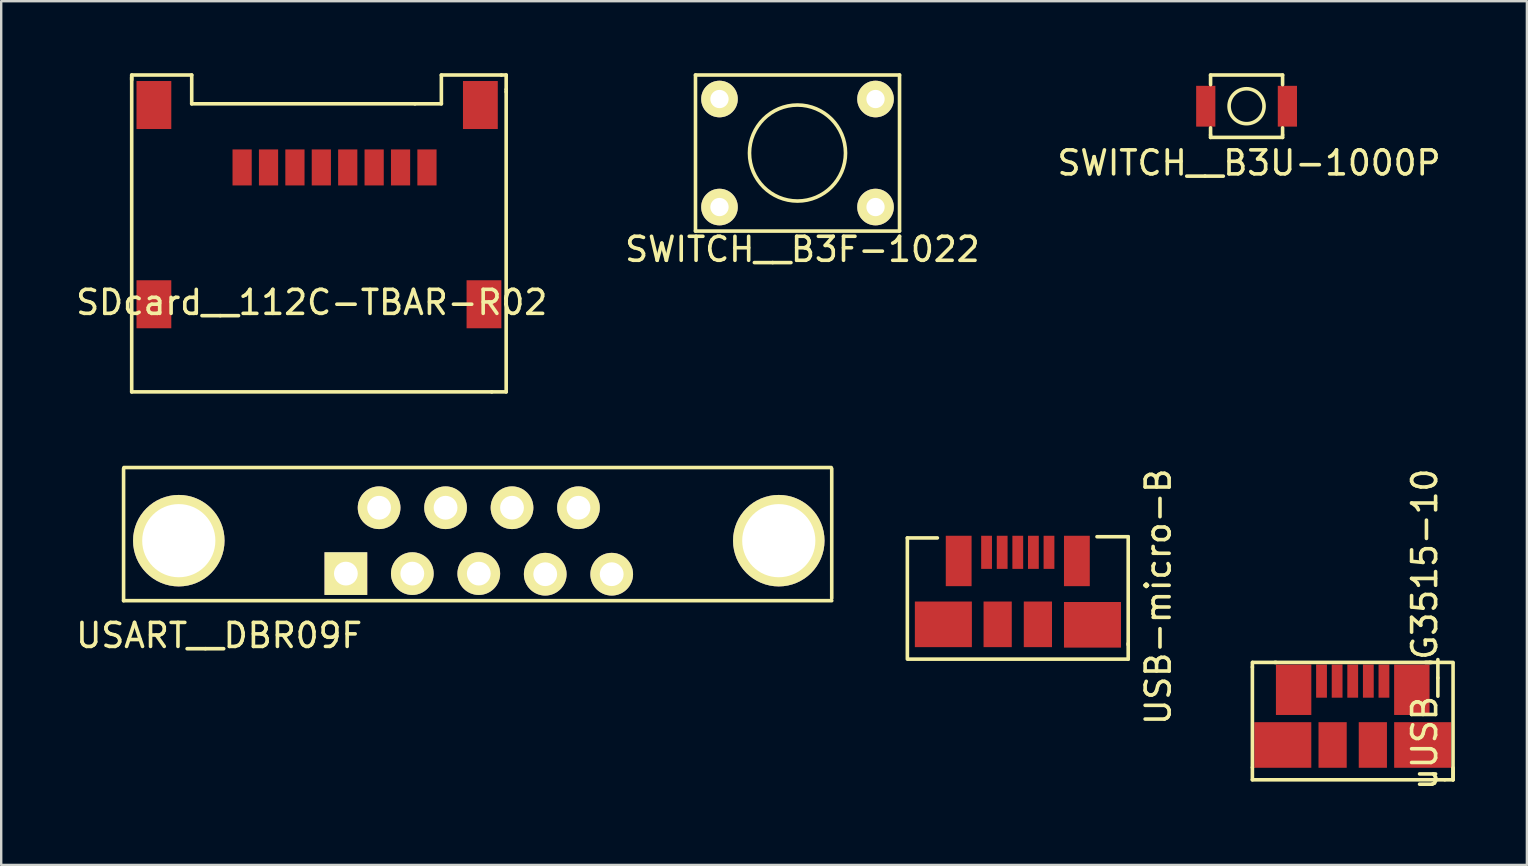
<source format=kicad_pcb>
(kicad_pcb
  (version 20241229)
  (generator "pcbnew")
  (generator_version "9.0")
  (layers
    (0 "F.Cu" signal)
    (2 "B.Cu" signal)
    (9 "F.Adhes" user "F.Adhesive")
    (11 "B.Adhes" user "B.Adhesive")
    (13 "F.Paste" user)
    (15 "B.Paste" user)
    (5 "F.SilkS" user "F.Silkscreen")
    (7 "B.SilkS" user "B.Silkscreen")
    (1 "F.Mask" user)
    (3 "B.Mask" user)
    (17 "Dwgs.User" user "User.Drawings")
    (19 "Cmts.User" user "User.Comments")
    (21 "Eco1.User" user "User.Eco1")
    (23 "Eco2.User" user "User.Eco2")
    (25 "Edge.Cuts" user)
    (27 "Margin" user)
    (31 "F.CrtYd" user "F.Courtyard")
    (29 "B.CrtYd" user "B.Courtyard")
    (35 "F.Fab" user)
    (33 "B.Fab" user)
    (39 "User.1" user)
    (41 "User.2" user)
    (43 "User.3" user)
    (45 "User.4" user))
  (footprint "USB-micro-B"
    (layer "F.Cu")
    (at 39.348 19.958)
    (property "Reference" "USB-micro-B" (at 5.85 1.85 90) (layer "F.SilkS") (effects (font (size 1 1) (thickness 0.15))))
    (attr through_hole)
    (fp_line (start -4.6 -0.6) (end -3.35 -0.6) (stroke (width 0.15) (type solid)) (layer "F.SilkS"))
    (fp_line (start -4.6 4.45) (end -4.6 -0.6) (stroke (width 0.15) (type solid)) (layer "F.SilkS"))
    (fp_line (start 4.6 -0.65) (end 3.3 -0.65) (stroke (width 0.15) (type solid)) (layer "F.SilkS"))
    (fp_line (start 4.6 3.8) (end 4.6 4.45) (stroke (width 0.15) (type solid)) (layer "F.SilkS"))
    (fp_line (start 4.6 3.85) (end 4.6 -0.65) (stroke (width 0.15) (type solid)) (layer "F.SilkS"))
    (fp_line (start 4.6 4.45) (end -4.55 4.45) (stroke (width 0.15) (type solid)) (layer "F.SilkS"))
    (pad "1" smd rect (at -1.3 0) (size 0.45 1.38) (layers "F.Cu" "F.Mask" "F.Paste"))
    (pad "2" smd rect (at -0.65 0) (size 0.45 1.38) (layers "F.Cu" "F.Mask" "F.Paste"))
    (pad "3" smd rect (at 0 0) (size 0.45 1.38) (layers "F.Cu" "F.Mask" "F.Paste"))
    (pad "4" smd rect (at 0.65 0) (size 0.45 1.38) (layers "F.Cu" "F.Mask" "F.Paste"))
    (pad "5" smd rect (at 1.3 0) (size 0.45 1.38) (layers "F.Cu" "F.Mask" "F.Paste"))
    (pad "6" smd rect (at -3.1 3) (size 2.375 1.9) (layers "F.Cu" "F.Mask" "F.Paste"))
    (pad "6" smd rect (at -2.462 0.36) (size 1.075 2.1) (layers "F.Cu" "F.Mask" "F.Paste"))
    (pad "6" smd rect (at -0.838 3) (size 1.175 1.9) (layers "F.Cu" "F.Mask" "F.Paste"))
    (pad "6" smd rect (at 0.838 3) (size 1.175 1.9) (layers "F.Cu" "F.Mask" "F.Paste"))
    (pad "6" smd rect (at 2.462 0.36) (size 1.075 2.1) (layers "F.Cu" "F.Mask" "F.Paste"))
    (pad "6" smd rect (at 3.112 3.02) (size 2.375 1.9) (layers "F.Cu" "F.Mask" "F.Paste")))
  (footprint "USART__DBR09F"
    (layer "F.Cu")
    (at 16.898 18.673)
    (property "Reference" "USART__DBR09F" (at -10.82 4.75 0) (layer "F.SilkS") (effects (font (size 1 1) (thickness 0.15))))
    (attr through_hole)
    (fp_line (start -14.8 -2.2) (end -14.8 3.3) (stroke (width 0.15) (type solid)) (layer "F.SilkS"))
    (fp_line (start -14.786 -2.248) (end 14.678 -2.248) (stroke (width 0.15) (type solid)) (layer "F.SilkS"))
    (fp_line (start 14.7 3.2) (end 14.7 -2.2) (stroke (width 0.15) (type solid)) (layer "F.SilkS"))
    (fp_line (start 14.7 3.3) (end -14.8 3.3) (stroke (width 0.15) (type solid)) (layer "F.SilkS"))
    (pad "1" thru_hole trapezoid (at -5.54 2.172) (size 1.778 1.778) (drill 0.991) (layers "*.Cu" "*.Mask" "F.SilkS"))
    (pad "2" thru_hole circle (at -2.772 2.172) (size 1.778 1.778) (drill 0.991) (layers "*.Cu" "*.Mask" "F.SilkS"))
    (pad "3" thru_hole circle (at -0.003 2.172) (size 1.778 1.778) (drill 0.991) (layers "*.Cu" "*.Mask" "F.SilkS"))
    (pad "4" thru_hole circle (at 2.765 2.197) (size 1.778 1.778) (drill 0.991) (layers "*.Cu" "*.Mask" "F.SilkS"))
    (pad "5" thru_hole circle (at 5.534 2.197) (size 1.778 1.778) (drill 0.991) (layers "*.Cu" "*.Mask" "F.SilkS"))
    (pad "6" thru_hole circle (at -4.156 -0.572) (size 1.778 1.778) (drill 0.991) (layers "*.Cu" "*.Mask" "F.SilkS"))
    (pad "7" thru_hole circle (at -1.387 -0.572) (size 1.778 1.778) (drill 0.991) (layers "*.Cu" "*.Mask" "F.SilkS"))
    (pad "8" thru_hole circle (at 1.381 -0.572) (size 1.778 1.778) (drill 0.991) (layers "*.Cu" "*.Mask" "F.SilkS"))
    (pad "9" thru_hole circle (at 4.15 -0.572) (size 1.778 1.778) (drill 0.991) (layers "*.Cu" "*.Mask" "F.SilkS"))
    (pad "~" thru_hole circle (at -12.5 0.8) (size 3.81 3.81) (drill 3.048) (layers "*.Cu" "*.Mask" "F.SilkS"))
    (pad "~" thru_hole circle (at 12.494 0.8) (size 3.81 3.81) (drill 3.048) (layers "*.Cu" "*.Mask" "F.SilkS")))
  (footprint "uUSB__G3515-10"
    (layer "F.Cu")
    (at 53.301 25.324)
    (property "Reference" "uUSB__G3515-10" (at 2.997 -2.159 90) (layer "F.SilkS") (effects (font (size 1 1) (thickness 0.15))))
    (attr through_hole)
    (fp_line (start -4.18 -0.59) (end -4.18 -0.78) (stroke (width 0.15) (type solid)) (layer "F.SilkS"))
    (fp_line (start -4.18 3.59) (end -4.18 -0.58) (stroke (width 0.15) (type solid)) (layer "F.SilkS"))
    (fp_line (start -4.18 3.6) (end -4.18 4.11) (stroke (width 0.15) (type solid)) (layer "F.SilkS"))
    (fp_line (start -4.18 4.11) (end 3.83 4.11) (stroke (width 0.15) (type solid)) (layer "F.SilkS"))
    (fp_line (start -3.24 -0.78) (end 3.03 -0.78) (stroke (width 0.15) (type solid)) (layer "F.SilkS"))
    (fp_line (start -3.2 -0.78) (end -4.17 -0.78) (stroke (width 0.15) (type solid)) (layer "F.SilkS"))
    (fp_line (start 3.03 -0.78) (end 3.23 -0.78) (stroke (width 0.15) (type solid)) (layer "F.SilkS"))
    (fp_line (start 3.08 -0.78) (end 4.18 -0.78) (stroke (width 0.15) (type solid)) (layer "F.SilkS"))
    (fp_line (start 3.29 -0.78) (end 3.21 -0.78) (stroke (width 0.15) (type solid)) (layer "F.SilkS"))
    (fp_line (start 3.84 4.11) (end 4.18 4.11) (stroke (width 0.15) (type solid)) (layer "F.SilkS"))
    (fp_line (start 4.18 3.61) (end 4.18 4.11) (stroke (width 0.15) (type solid)) (layer "F.SilkS"))
    (fp_line (start 4.18 4.11) (end 4.18 -0.74) (stroke (width 0.15) (type solid)) (layer "F.SilkS"))
    (pad "1" smd rect (at -1.3 0) (size 0.45 1.38) (layers "F.Cu" "F.Mask" "F.Paste"))
    (pad "2" smd rect (at -0.65 0) (size 0.45 1.38) (layers "F.Cu" "F.Mask" "F.Paste"))
    (pad "3" smd rect (at 0 0) (size 0.45 1.38) (layers "F.Cu" "F.Mask" "F.Paste"))
    (pad "4" smd rect (at 0.65 0) (size 0.45 1.38) (layers "F.Cu" "F.Mask" "F.Paste"))
    (pad "5" smd rect (at 1.3 0) (size 0.45 1.38) (layers "F.Cu" "F.Mask" "F.Paste"))
    (pad "6" smd rect (at -2.913 2.66) (size 2.375 1.9) (layers "F.Cu" "F.Mask" "F.Paste"))
    (pad "6" smd rect (at -2.462 0.36) (size 1.475 2.1) (layers "F.Cu" "F.Mask" "F.Paste"))
    (pad "6" smd rect (at -0.838 2.66) (size 1.175 1.9) (layers "F.Cu" "F.Mask" "F.Paste"))
    (pad "6" smd rect (at 0.838 2.66) (size 1.175 1.9) (layers "F.Cu" "F.Mask" "F.Paste"))
    (pad "6" smd rect (at 2.462 0.36) (size 1.475 2.1) (layers "F.Cu" "F.Mask" "F.Paste"))
    (pad "6" smd rect (at 2.913 2.66) (size 2.375 1.9) (layers "F.Cu" "F.Mask" "F.Paste")))
  (footprint "SWITCH__B3F-1022"
    (layer "F.Cu")
    (at 30.172 3.325)
    (property "Reference" "SWITCH__B3F-1022" (at 0.203 4.013 0) (layer "F.SilkS") (effects (font (size 1 1) (thickness 0.15))))
    (attr through_hole)
    (fp_line (start -4.25 -3.25) (end 4.25 -3.25) (stroke (width 0.15) (type solid)) (layer "F.SilkS"))
    (fp_line (start -4.25 3.25) (end -4.25 -3.25) (stroke (width 0.15) (type solid)) (layer "F.SilkS"))
    (fp_line (start 4.25 -3.25) (end 4.25 3.25) (stroke (width 0.15) (type solid)) (layer "F.SilkS"))
    (fp_line (start 4.25 3.25) (end -4.25 3.25) (stroke (width 0.15) (type solid)) (layer "F.SilkS"))
    (fp_circle (center 0 0) (end 2 0) (stroke (width 0.15) (type solid)) (fill no) (layer "F.SilkS"))
    (pad "1" thru_hole circle (at -3.25 2.25) (size 1.524 1.524) (drill 0.762) (layers "*.Cu" "*.Mask" "F.SilkS"))
    (pad "1" thru_hole circle (at 3.25 2.25) (size 1.524 1.524) (drill 0.762) (layers "*.Cu" "*.Mask" "F.SilkS"))
    (pad "2" thru_hole circle (at -3.25 -2.25) (size 1.524 1.524) (drill 0.762) (layers "*.Cu" "*.Mask" "F.SilkS"))
    (pad "2" thru_hole circle (at 3.25 -2.25) (size 1.524 1.524) (drill 0.762) (layers "*.Cu" "*.Mask" "F.SilkS")))
  (footprint "SDcard__112C-TBAR-R02"
    (layer "F.Cu")
    (at 9.786 6.925)
    (property "Reference" "SDcard__112C-TBAR-R02" (at 0.149 2.624 0) (layer "F.SilkS") (effects (font (size 1 1) (thickness 0.15))))
    (attr through_hole)
    (fp_line (start -7.35 -6.85) (end -4.85 -6.85) (stroke (width 0.15) (type solid)) (layer "F.SilkS"))
    (fp_line (start -7.35 -6.75) (end -7.35 6.35) (stroke (width 0.15) (type solid)) (layer "F.SilkS"))
    (fp_line (start -7.35 -6.65) (end -7.35 -6.85) (stroke (width 0.15) (type solid)) (layer "F.SilkS"))
    (fp_line (start -7.35 6.35) (end 7.65 6.35) (stroke (width 0.15) (type solid)) (layer "F.SilkS"))
    (fp_line (start -4.85 -6.85) (end -4.85 -5.65) (stroke (width 0.15) (type solid)) (layer "F.SilkS"))
    (fp_line (start -4.85 -5.65) (end 4.45 -5.65) (stroke (width 0.15) (type solid)) (layer "F.SilkS"))
    (fp_line (start 5.55 -6.85) (end 5.55 -5.65) (stroke (width 0.15) (type solid)) (layer "F.SilkS"))
    (fp_line (start 5.55 -5.65) (end 4.45 -5.65) (stroke (width 0.15) (type solid)) (layer "F.SilkS"))
    (fp_line (start 8.05 -6.85) (end 5.55 -6.85) (stroke (width 0.15) (type solid)) (layer "F.SilkS"))
    (fp_line (start 8.05 -6.85) (end 8.25 -6.85) (stroke (width 0.15) (type solid)) (layer "F.SilkS"))
    (fp_line (start 8.25 -6.85) (end 8.25 -6.25) (stroke (width 0.15) (type solid)) (layer "F.SilkS"))
    (fp_line (start 8.25 -6.25) (end 8.25 -6.15) (stroke (width 0.15) (type solid)) (layer "F.SilkS"))
    (fp_line (start 8.25 2.35) (end 8.25 6.35) (stroke (width 0.15) (type solid)) (layer "F.SilkS"))
    (fp_line (start 8.25 2.45) (end 8.25 -6.15) (stroke (width 0.15) (type solid)) (layer "F.SilkS"))
    (fp_line (start 8.25 6.35) (end 7.65 6.35) (stroke (width 0.15) (type solid)) (layer "F.SilkS"))
    (pad "1" smd rect (at -2.75 -3 180) (size 0.8 1.5) (layers "F.Cu" "F.Mask" "F.Paste"))
    (pad "2" smd rect (at -1.65 -3 180) (size 0.8 1.5) (layers "F.Cu" "F.Mask" "F.Paste"))
    (pad "3" smd rect (at -0.55 -3 180) (size 0.8 1.5) (layers "F.Cu" "F.Mask" "F.Paste"))
    (pad "4" smd rect (at 0.55 -3 180) (size 0.8 1.5) (layers "F.Cu" "F.Mask" "F.Paste"))
    (pad "5" smd rect (at 1.65 -3 180) (size 0.8 1.5) (layers "F.Cu" "F.Mask" "F.Paste"))
    (pad "6" smd rect (at 2.75 -3 180) (size 0.8 1.5) (layers "F.Cu" "F.Mask" "F.Paste"))
    (pad "7" smd rect (at 3.85 -3 180) (size 0.8 1.5) (layers "F.Cu" "F.Mask" "F.Paste"))
    (pad "8" smd rect (at 4.95 -3 180) (size 0.8 1.5) (layers "F.Cu" "F.Mask" "F.Paste"))
    (pad "~" smd rect (at -6.425 -5.6 180) (size 1.45 2) (layers "F.Cu" "F.Mask" "F.Paste"))
    (pad "~" smd rect (at -6.425 2.7 180) (size 1.45 2) (layers "F.Cu" "F.Mask" "F.Paste"))
    (pad "~" smd rect (at 7.175 -5.6 180) (size 1.45 2) (layers "F.Cu" "F.Mask" "F.Paste"))
    (pad "~" smd rect (at 7.325 2.7 180) (size 1.45 2) (layers "F.Cu" "F.Mask" "F.Paste")))
  (footprint "SWITCH__B3U-1000P"
    (layer "F.Cu")
    (at 47.179 1.375)
    (property "Reference" "SWITCH__B3U-1000P" (at 1.803 2.362 0) (layer "F.SilkS") (effects (font (size 1 1) (thickness 0.15))))
    (attr through_hole)
    (fp_line (start 0.2 -1.3) (end 3.2 -1.3) (stroke (width 0.15) (type solid)) (layer "F.SilkS"))
    (fp_line (start 0.2 -0.9) (end 0.2 -1.3) (stroke (width 0.15) (type solid)) (layer "F.SilkS"))
    (fp_line (start 0.2 1.2) (end 0.2 0.9) (stroke (width 0.15) (type solid)) (layer "F.SilkS"))
    (fp_line (start 0.2 1.2) (end 0.2 1.3) (stroke (width 0.15) (type solid)) (layer "F.SilkS"))
    (fp_line (start 3.2 -1.3) (end 3.2 -0.9) (stroke (width 0.15) (type solid)) (layer "F.SilkS"))
    (fp_line (start 3.2 0.9) (end 3.2 1.2) (stroke (width 0.15) (type solid)) (layer "F.SilkS"))
    (fp_line (start 3.2 1.2) (end 3.2 1.3) (stroke (width 0.15) (type solid)) (layer "F.SilkS"))
    (fp_line (start 3.2 1.3) (end 0.2 1.3) (stroke (width 0.15) (type solid)) (layer "F.SilkS"))
    (fp_circle (center 1.7 0) (end 1.9 0.7) (stroke (width 0.15) (type solid)) (fill no) (layer "F.SilkS"))
    (pad "1" smd rect (at 0 0) (size 0.8 1.7) (layers "F.Cu" "F.Mask" "F.Paste"))
    (pad "2" smd rect (at 3.4 0) (size 0.8 1.7) (layers "F.Cu" "F.Mask" "F.Paste")))
  (gr_rect
    (start -3 -3)
    (end 60.556 32.981)
    (stroke (width 0.1) (type default))
    (fill no)
    (layer "Edge.Cuts")))
</source>
